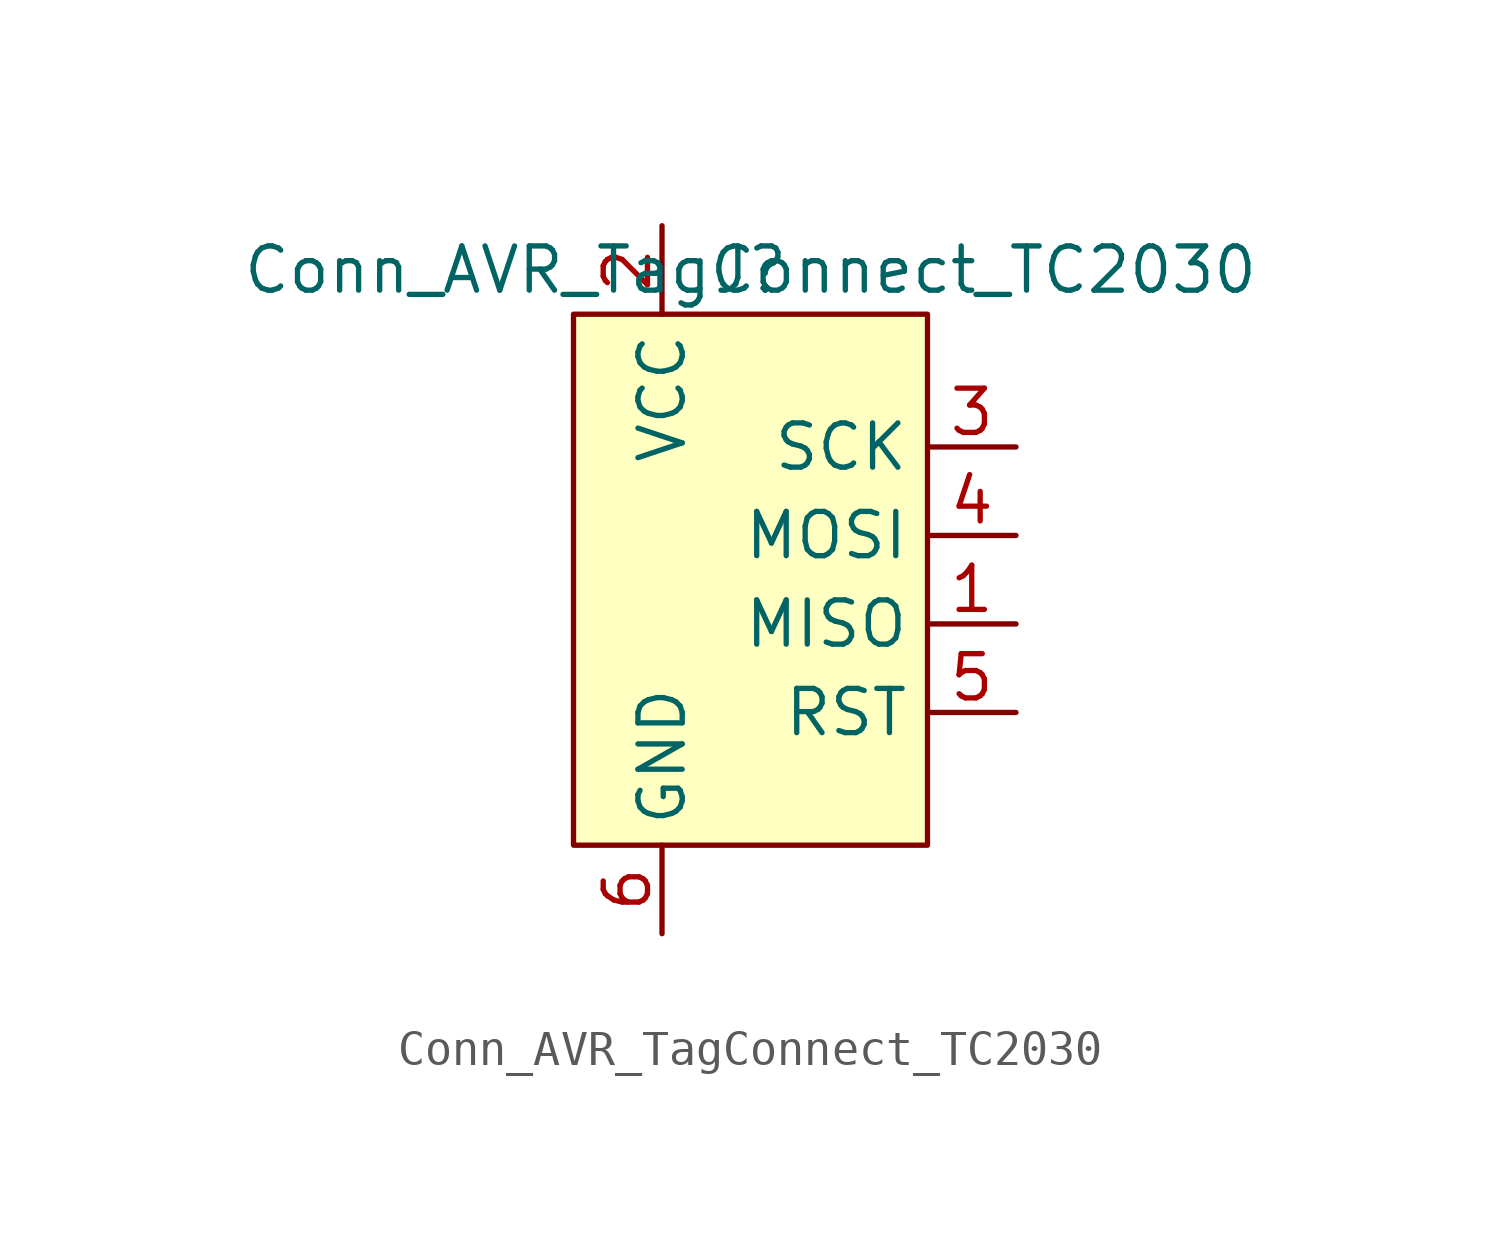
<source format=kicad_sym>
(kicad_symbol_lib
  (version 20231120)
  (generator "kicad_symbol_editor")
  (generator_version "8.0")
  (symbol "Conn_AVR_TagConnect_TC2030"
    (property "Reference" "J"
      (at 0 0 0)
      (effects (font (size 1.27 1.27))))
    (property "Value" "Conn_AVR_TagConnect_TC2030"
      (at 0 0 0)
      (effects (font (size 1.27 1.27))))
    (symbol "Conn_AVR_TagConnect_TC2030_0_1"
      (rectangle (start -5.08 -1.27) (end 5.08 -16.51) (stroke (width 0) (type default)) (fill (type background))))
    (symbol "Conn_AVR_TagConnect_TC2030_1_0"
      (pin bidirectional line (at 7.62 -10.16 180) (length 2.54) (name "MISO" (effects (font (size 1.27 1.27)))) (number "1" (effects (font (size 1.27 1.27)))))
      (pin power_in line (at -2.54 1.27 270) (length 2.54) (name "VCC" (effects (font (size 1.27 1.27)))) (number "2" (effects (font (size 1.27 1.27)))))
      (pin output line (at 7.62 -5.08 180) (length 2.54) (name "SCK" (effects (font (size 1.27 1.27)))) (number "3" (effects (font (size 1.27 1.27)))))
      (pin bidirectional line (at 7.62 -7.62 180) (length 2.54) (name "MOSI" (effects (font (size 1.27 1.27)))) (number "4" (effects (font (size 1.27 1.27)))) (alternate "TCK" output line))
      (pin open_collector line (at 7.62 -12.7 180) (length 2.54) (name "RST" (effects (font (size 1.27 1.27)))) (number "5" (effects (font (size 1.27 1.27)))))
      (pin power_in line (at -2.54 -19.05 90) (length 2.54) (name "GND" (effects (font (size 1.27 1.27)))) (number "6" (effects (font (size 1.27 1.27))))))))
</source>
